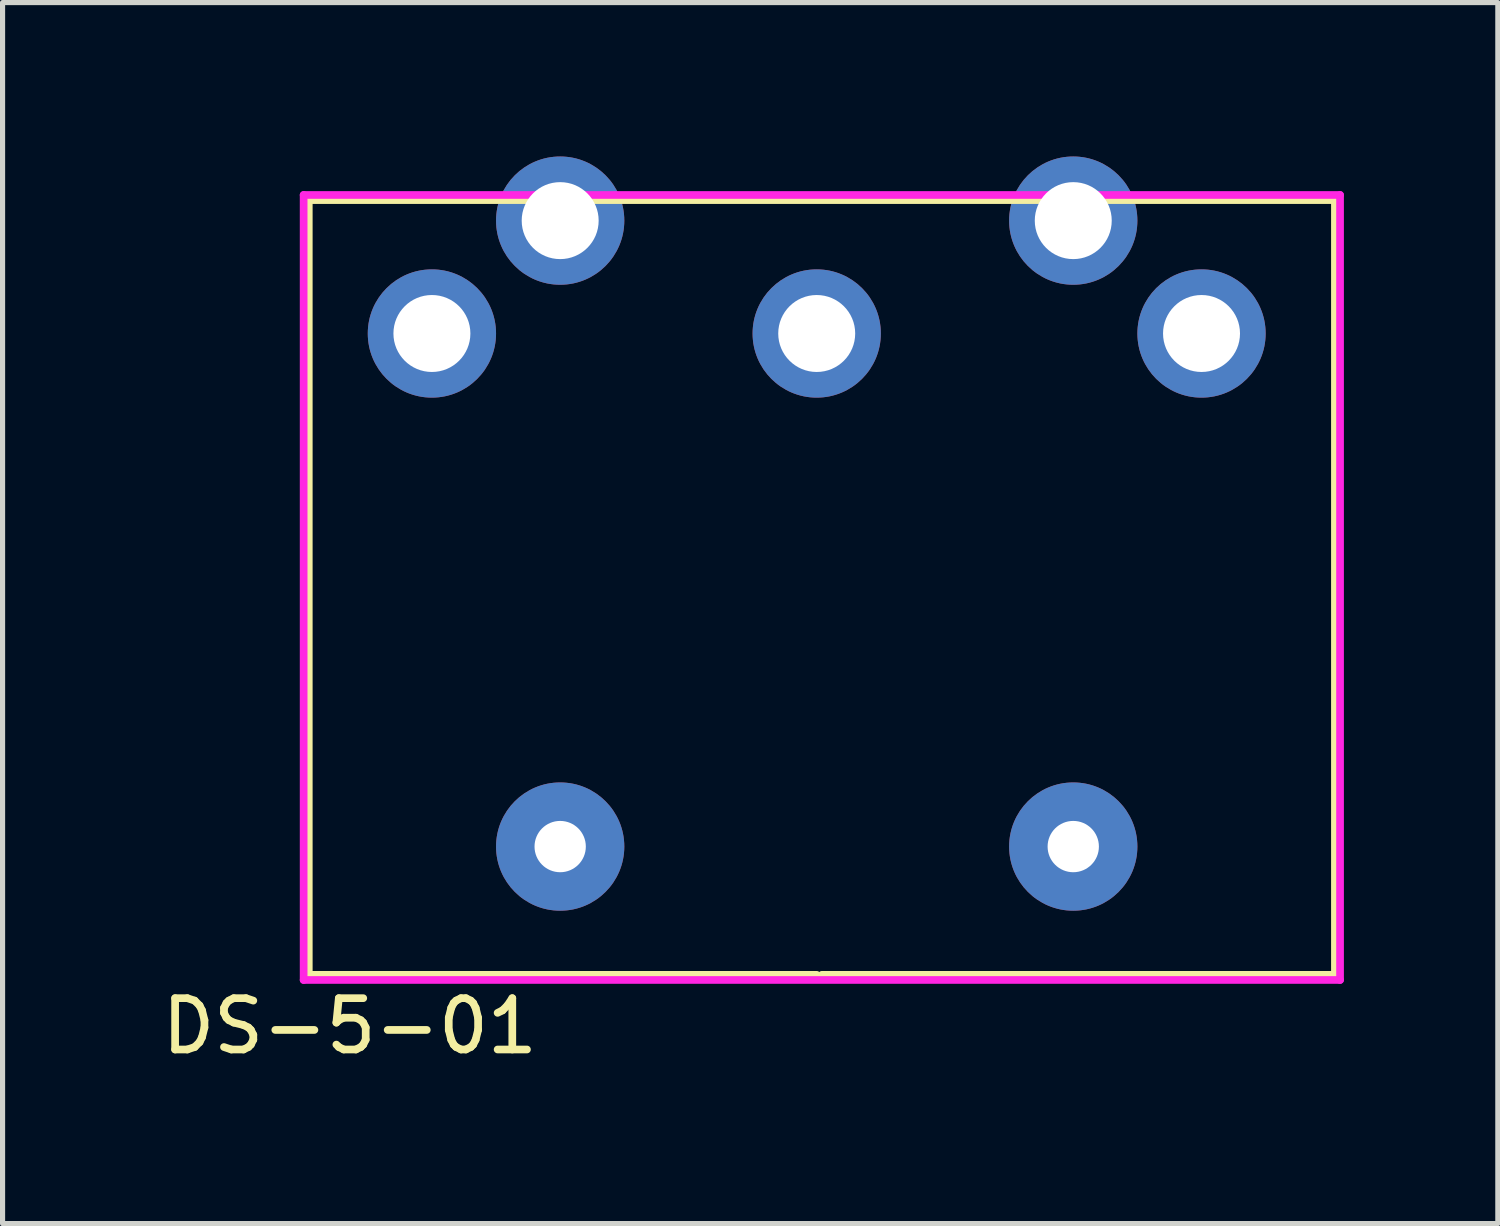
<source format=kicad_pcb>
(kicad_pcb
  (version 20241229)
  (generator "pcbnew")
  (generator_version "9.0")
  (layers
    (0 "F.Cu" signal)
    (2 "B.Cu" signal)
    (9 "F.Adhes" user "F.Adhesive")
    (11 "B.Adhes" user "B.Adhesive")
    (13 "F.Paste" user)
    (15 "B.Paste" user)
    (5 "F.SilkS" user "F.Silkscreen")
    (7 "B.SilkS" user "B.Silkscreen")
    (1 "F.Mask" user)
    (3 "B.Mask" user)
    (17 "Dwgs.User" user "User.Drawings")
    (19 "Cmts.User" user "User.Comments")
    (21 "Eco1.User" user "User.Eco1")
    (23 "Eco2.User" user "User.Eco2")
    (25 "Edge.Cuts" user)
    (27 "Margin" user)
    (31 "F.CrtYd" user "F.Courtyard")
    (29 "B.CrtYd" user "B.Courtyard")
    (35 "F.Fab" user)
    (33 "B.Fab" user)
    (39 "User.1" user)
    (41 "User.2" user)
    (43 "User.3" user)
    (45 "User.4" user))
  (footprint "DS-5-01"
    (layer "F.Cu")
    (at 12.868 15.95)
    (property "Reference" "DS-5-01" (at -9.1 1 0) (layer "F.SilkS") (effects (font (size 1 1) (thickness 0.15))))
    (attr through_hole)
    (fp_line (start -9.9 -15.1) (end -9.9 0) (stroke (width 0.15) (type solid)) (layer "F.SilkS"))
    (fp_line (start -9.9 0) (end 0 0) (stroke (width 0.15) (type solid)) (layer "F.SilkS"))
    (fp_line (start 0.1 0) (end 10.1 0) (stroke (width 0.15) (type solid)) (layer "F.SilkS"))
    (fp_line (start 10.1 -15.1) (end -9.9 -15.1) (stroke (width 0.15) (type solid)) (layer "F.SilkS"))
    (fp_line (start 10.1 0) (end 10.1 -15.1) (stroke (width 0.15) (type solid)) (layer "F.SilkS"))
    (fp_line (start -10 -15.2) (end -10 0.1) (stroke (width 0.15) (type solid)) (layer "F.CrtYd"))
    (fp_line (start -10 0.1) (end 10.2 0.1) (stroke (width 0.15) (type solid)) (layer "F.CrtYd"))
    (fp_line (start 10.2 -15.2) (end -10 -15.2) (stroke (width 0.15) (type solid)) (layer "F.CrtYd"))
    (fp_line (start 10.2 0.1) (end 10.2 -15.2) (stroke (width 0.15) (type solid)) (layer "F.CrtYd"))
    (pad "1" thru_hole circle (at 7.5 -12.5) (size 2.5 2.5) (drill 1.5) (layers "*.Cu" "*.Mask"))
    (pad "2" thru_hole circle (at 0 -12.5) (size 2.5 2.5) (drill 1.5) (layers "*.Cu" "*.Mask"))
    (pad "3" thru_hole circle (at -7.5 -12.5) (size 2.5 2.5) (drill 1.5) (layers "*.Cu" "*.Mask"))
    (pad "4" thru_hole circle (at -5 -14.7) (size 2.5 2.5) (drill 1.5) (layers "*.Cu" "*.Mask"))
    (pad "5" thru_hole circle (at 5 -14.7) (size 2.5 2.5) (drill 1.5) (layers "*.Cu" "*.Mask"))
    (pad "6" thru_hole circle (at -5 -2.5) (size 2.5 2.5) (drill 1) (layers "*.Cu" "*.Mask"))
    (pad "6" thru_hole circle (at 5 -2.5) (size 2.5 2.5) (drill 1) (layers "*.Cu" "*.Mask")))
  (gr_rect
    (start -3 -3)
    (end 26.143 20.798)
    (stroke (width 0.1) (type default))
    (fill no)
    (layer "Edge.Cuts")))
</source>
